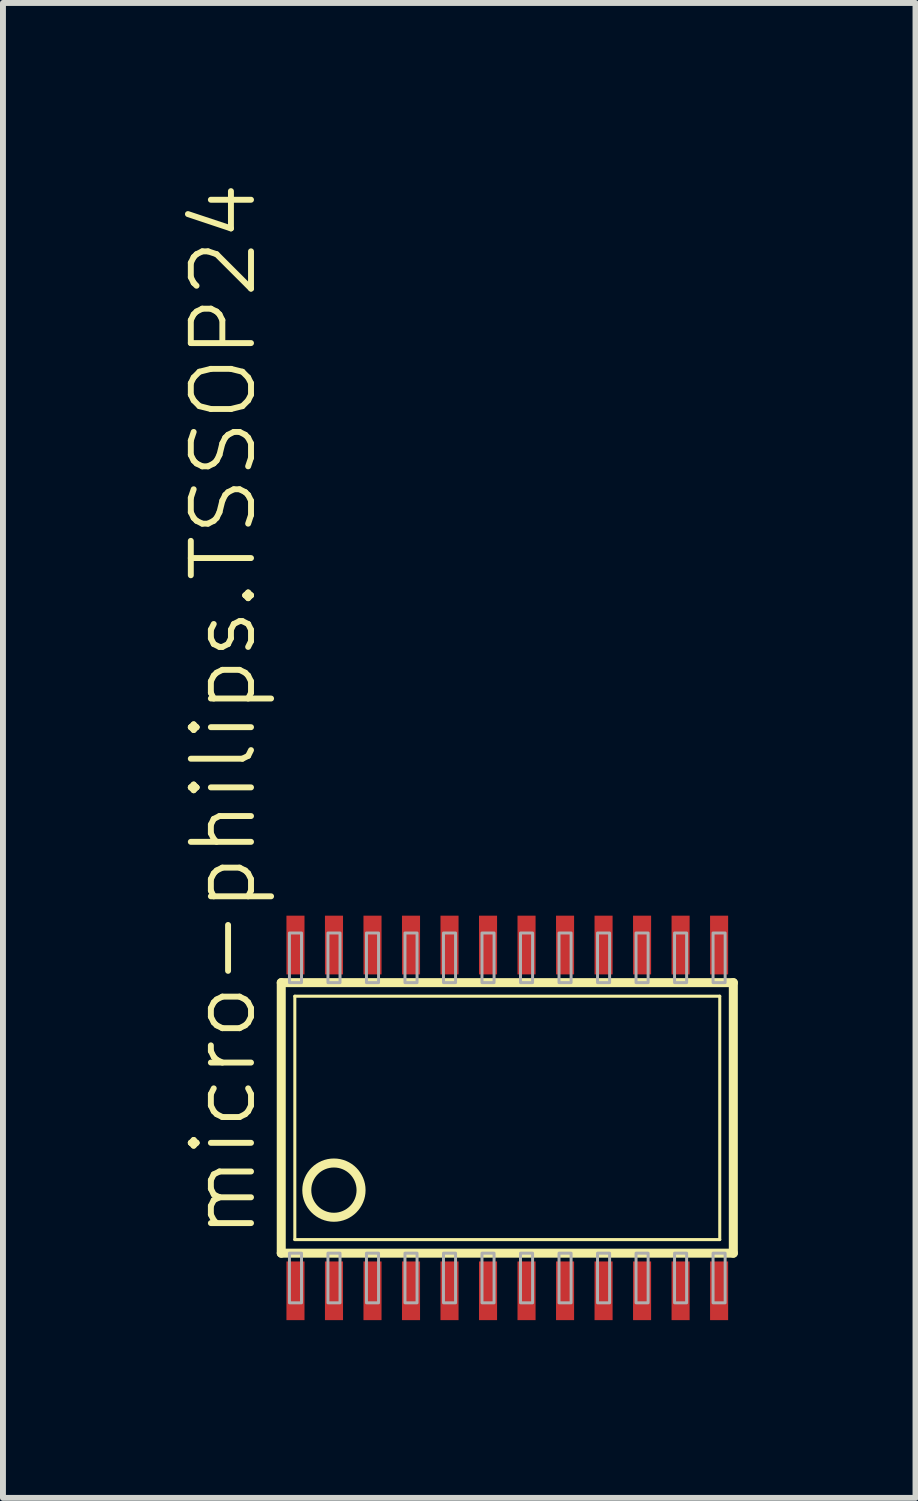
<source format=kicad_pcb>
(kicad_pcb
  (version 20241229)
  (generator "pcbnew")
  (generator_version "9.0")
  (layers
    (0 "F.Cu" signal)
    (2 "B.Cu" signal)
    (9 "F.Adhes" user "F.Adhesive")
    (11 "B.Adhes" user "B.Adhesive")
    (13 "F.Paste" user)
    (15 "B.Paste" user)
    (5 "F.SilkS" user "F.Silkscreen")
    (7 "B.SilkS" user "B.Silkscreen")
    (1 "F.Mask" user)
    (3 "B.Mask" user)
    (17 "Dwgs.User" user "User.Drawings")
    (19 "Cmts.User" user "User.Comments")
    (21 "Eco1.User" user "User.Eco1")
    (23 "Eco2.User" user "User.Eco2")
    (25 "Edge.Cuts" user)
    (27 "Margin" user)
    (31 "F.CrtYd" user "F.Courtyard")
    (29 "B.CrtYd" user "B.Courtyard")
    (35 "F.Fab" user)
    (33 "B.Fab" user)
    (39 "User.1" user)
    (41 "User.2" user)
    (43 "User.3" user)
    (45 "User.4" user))
  (footprint "micro-philips.TSSOP24"
    (layer "F.Cu")
    (at 5.512 15.818)
    (property "Reference" "micro-philips.TSSOP24" (at -4.196 2.083 90) (layer "F.SilkS") (effects (font (size 1.016 1.016) (thickness 0.1)) (justify left bottom)))
    (attr smd)
    (fp_line (start -3.815 2.283) (end -3.815 -2.283) (stroke (width 0.152) (type default)) (layer "F.SilkS"))
    (fp_line (start -3.815 2.283) (end 3.815 2.283) (stroke (width 0.152) (type default)) (layer "F.SilkS"))
    (fp_line (start -3.586 2.054) (end -3.586 -2.054) (stroke (width 0.051) (type default)) (layer "F.SilkS"))
    (fp_line (start -3.586 2.054) (end 3.586 2.054) (stroke (width 0.051) (type default)) (layer "F.SilkS"))
    (fp_line (start 3.586 -2.054) (end -3.586 -2.054) (stroke (width 0.051) (type default)) (layer "F.SilkS"))
    (fp_line (start 3.586 -2.054) (end 3.586 2.054) (stroke (width 0.051) (type default)) (layer "F.SilkS"))
    (fp_line (start 3.815 -2.283) (end -3.815 -2.283) (stroke (width 0.152) (type default)) (layer "F.SilkS"))
    (fp_line (start 3.815 -2.283) (end 3.815 2.283) (stroke (width 0.152) (type default)) (layer "F.SilkS"))
    (fp_circle (center -2.926 1.219) (end -2.468 1.219) (stroke (width 0.152) (type default)) (fill no) (layer "F.SilkS"))
    (fp_rect (start -3.677 -2.283) (end -3.473 -3.121) (stroke (width 0.05) (type default)) (fill no) (layer "F.Fab"))
    (fp_rect (start -3.677 3.121) (end -3.473 2.283) (stroke (width 0.05) (type default)) (fill no) (layer "F.Fab"))
    (fp_rect (start -3.027 -2.283) (end -2.823 -3.121) (stroke (width 0.05) (type default)) (fill no) (layer "F.Fab"))
    (fp_rect (start -3.027 3.121) (end -2.823 2.283) (stroke (width 0.05) (type default)) (fill no) (layer "F.Fab"))
    (fp_rect (start -2.377 -2.283) (end -2.173 -3.121) (stroke (width 0.05) (type default)) (fill no) (layer "F.Fab"))
    (fp_rect (start -2.377 3.121) (end -2.173 2.283) (stroke (width 0.05) (type default)) (fill no) (layer "F.Fab"))
    (fp_rect (start -1.727 -2.283) (end -1.523 -3.121) (stroke (width 0.05) (type default)) (fill no) (layer "F.Fab"))
    (fp_rect (start -1.727 3.121) (end -1.523 2.283) (stroke (width 0.05) (type default)) (fill no) (layer "F.Fab"))
    (fp_rect (start -1.077 -2.283) (end -0.873 -3.121) (stroke (width 0.05) (type default)) (fill no) (layer "F.Fab"))
    (fp_rect (start -1.077 3.121) (end -0.873 2.283) (stroke (width 0.05) (type default)) (fill no) (layer "F.Fab"))
    (fp_rect (start -0.427 -2.283) (end -0.223 -3.121) (stroke (width 0.05) (type default)) (fill no) (layer "F.Fab"))
    (fp_rect (start -0.427 3.121) (end -0.223 2.283) (stroke (width 0.05) (type default)) (fill no) (layer "F.Fab"))
    (fp_rect (start 0.223 -2.283) (end 0.427 -3.121) (stroke (width 0.05) (type default)) (fill no) (layer "F.Fab"))
    (fp_rect (start 0.223 3.121) (end 0.427 2.283) (stroke (width 0.05) (type default)) (fill no) (layer "F.Fab"))
    (fp_rect (start 0.873 -2.283) (end 1.077 -3.121) (stroke (width 0.05) (type default)) (fill no) (layer "F.Fab"))
    (fp_rect (start 0.873 3.121) (end 1.077 2.283) (stroke (width 0.05) (type default)) (fill no) (layer "F.Fab"))
    (fp_rect (start 1.523 -2.283) (end 1.727 -3.121) (stroke (width 0.05) (type default)) (fill no) (layer "F.Fab"))
    (fp_rect (start 1.523 3.121) (end 1.727 2.283) (stroke (width 0.05) (type default)) (fill no) (layer "F.Fab"))
    (fp_rect (start 2.173 -2.283) (end 2.377 -3.121) (stroke (width 0.05) (type default)) (fill no) (layer "F.Fab"))
    (fp_rect (start 2.173 3.121) (end 2.377 2.283) (stroke (width 0.05) (type default)) (fill no) (layer "F.Fab"))
    (fp_rect (start 2.823 -2.283) (end 3.027 -3.121) (stroke (width 0.05) (type default)) (fill no) (layer "F.Fab"))
    (fp_rect (start 2.823 3.121) (end 3.027 2.283) (stroke (width 0.05) (type default)) (fill no) (layer "F.Fab"))
    (fp_rect (start 3.473 -2.283) (end 3.677 -3.121) (stroke (width 0.05) (type default)) (fill no) (layer "F.Fab"))
    (fp_rect (start 3.473 3.121) (end 3.677 2.283) (stroke (width 0.05) (type default)) (fill no) (layer "F.Fab"))
    (pad "1" smd roundrect (at -3.575 2.918) (size 0.305 0.991) (layers "F.Cu" "F.Mask" "F.Paste") (roundrect_rratio 0.01))
    (pad "2" smd roundrect (at -2.925 2.918) (size 0.305 0.991) (layers "F.Cu" "F.Mask" "F.Paste") (roundrect_rratio 0.01))
    (pad "3" smd roundrect (at -2.275 2.918) (size 0.305 0.991) (layers "F.Cu" "F.Mask" "F.Paste") (roundrect_rratio 0.01))
    (pad "4" smd roundrect (at -1.625 2.918) (size 0.305 0.991) (layers "F.Cu" "F.Mask" "F.Paste") (roundrect_rratio 0.01))
    (pad "5" smd roundrect (at -0.975 2.918) (size 0.305 0.991) (layers "F.Cu" "F.Mask" "F.Paste") (roundrect_rratio 0.01))
    (pad "6" smd roundrect (at -0.325 2.918) (size 0.305 0.991) (layers "F.Cu" "F.Mask" "F.Paste") (roundrect_rratio 0.01))
    (pad "7" smd roundrect (at 0.325 2.918) (size 0.305 0.991) (layers "F.Cu" "F.Mask" "F.Paste") (roundrect_rratio 0.01))
    (pad "8" smd roundrect (at 0.975 2.918) (size 0.305 0.991) (layers "F.Cu" "F.Mask" "F.Paste") (roundrect_rratio 0.01))
    (pad "9" smd roundrect (at 1.625 2.918) (size 0.305 0.991) (layers "F.Cu" "F.Mask" "F.Paste") (roundrect_rratio 0.01))
    (pad "10" smd roundrect (at 2.275 2.918) (size 0.305 0.991) (layers "F.Cu" "F.Mask" "F.Paste") (roundrect_rratio 0.01))
    (pad "11" smd roundrect (at 2.925 2.918) (size 0.305 0.991) (layers "F.Cu" "F.Mask" "F.Paste") (roundrect_rratio 0.01))
    (pad "12" smd roundrect (at 3.575 2.918) (size 0.305 0.991) (layers "F.Cu" "F.Mask" "F.Paste") (roundrect_rratio 0.01))
    (pad "13" smd roundrect (at 3.575 -2.918) (size 0.305 0.991) (layers "F.Cu" "F.Mask" "F.Paste") (roundrect_rratio 0.01))
    (pad "14" smd roundrect (at 2.925 -2.918) (size 0.305 0.991) (layers "F.Cu" "F.Mask" "F.Paste") (roundrect_rratio 0.01))
    (pad "15" smd roundrect (at 2.275 -2.918) (size 0.305 0.991) (layers "F.Cu" "F.Mask" "F.Paste") (roundrect_rratio 0.01))
    (pad "16" smd roundrect (at 1.625 -2.918) (size 0.305 0.991) (layers "F.Cu" "F.Mask" "F.Paste") (roundrect_rratio 0.01))
    (pad "17" smd roundrect (at 0.975 -2.918) (size 0.305 0.991) (layers "F.Cu" "F.Mask" "F.Paste") (roundrect_rratio 0.01))
    (pad "18" smd roundrect (at 0.325 -2.918) (size 0.305 0.991) (layers "F.Cu" "F.Mask" "F.Paste") (roundrect_rratio 0.01))
    (pad "19" smd roundrect (at -0.325 -2.918) (size 0.305 0.991) (layers "F.Cu" "F.Mask" "F.Paste") (roundrect_rratio 0.01))
    (pad "20" smd roundrect (at -0.975 -2.918) (size 0.305 0.991) (layers "F.Cu" "F.Mask" "F.Paste") (roundrect_rratio 0.01))
    (pad "21" smd roundrect (at -1.625 -2.918) (size 0.305 0.991) (layers "F.Cu" "F.Mask" "F.Paste") (roundrect_rratio 0.01))
    (pad "22" smd roundrect (at -2.275 -2.918) (size 0.305 0.991) (layers "F.Cu" "F.Mask" "F.Paste") (roundrect_rratio 0.01))
    (pad "23" smd roundrect (at -2.925 -2.918) (size 0.305 0.991) (layers "F.Cu" "F.Mask" "F.Paste") (roundrect_rratio 0.01))
    (pad "24" smd roundrect (at -3.575 -2.918) (size 0.305 0.991) (layers "F.Cu" "F.Mask" "F.Paste") (roundrect_rratio 0.01)))
  (gr_rect
    (start -3 -3)
    (end 12.402 22.231)
    (stroke (width 0.1) (type default))
    (fill no)
    (layer "Edge.Cuts")))
</source>
